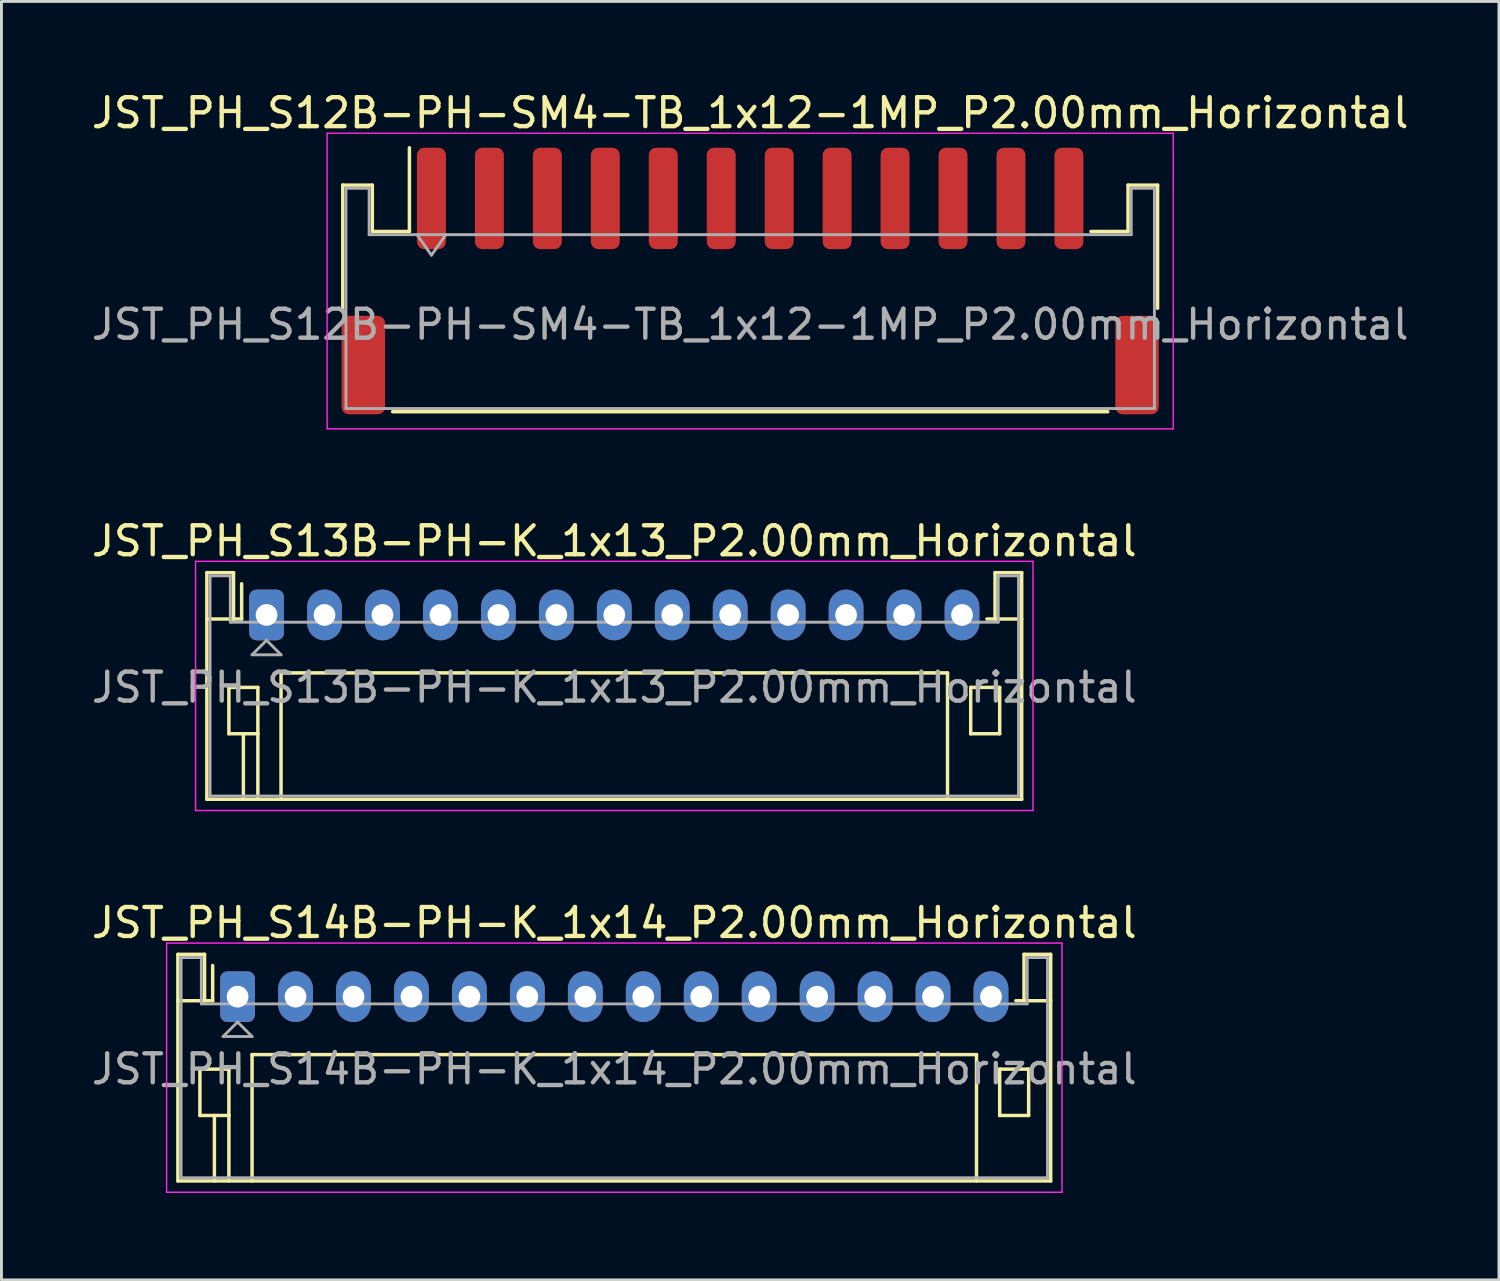
<source format=kicad_pcb>
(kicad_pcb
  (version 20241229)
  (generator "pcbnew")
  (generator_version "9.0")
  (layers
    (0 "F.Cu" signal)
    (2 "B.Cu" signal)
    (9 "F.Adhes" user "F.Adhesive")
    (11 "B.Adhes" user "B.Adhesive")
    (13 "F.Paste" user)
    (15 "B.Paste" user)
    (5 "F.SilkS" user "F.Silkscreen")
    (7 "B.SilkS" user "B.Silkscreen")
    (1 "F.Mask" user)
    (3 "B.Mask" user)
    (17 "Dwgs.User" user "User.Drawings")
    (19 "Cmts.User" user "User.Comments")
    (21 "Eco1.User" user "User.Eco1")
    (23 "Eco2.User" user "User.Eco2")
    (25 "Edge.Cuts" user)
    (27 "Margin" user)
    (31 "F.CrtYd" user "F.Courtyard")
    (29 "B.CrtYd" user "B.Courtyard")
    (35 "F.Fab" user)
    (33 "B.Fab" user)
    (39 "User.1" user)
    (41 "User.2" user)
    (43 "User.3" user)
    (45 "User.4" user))
  (footprint "JST_PH_S14B-PH-K_1x14_P2.00mm_Horizontal"
    (layer "F.Cu")
    (at 5.149 31.345)
    (property "Reference" "JST_PH_S14B-PH-K_1x14_P2.00mm_Horizontal" (at 13 -2.55 0) (layer "F.SilkS") (effects (font (size 1 1) (thickness 0.15))))
    (attr through_hole)
    (fp_line (start -2.06 -1.46) (end -2.06 6.36) (stroke (width 0.12) (type solid)) (layer "F.SilkS"))
    (fp_line (start -2.06 0.14) (end -1.14 0.14) (stroke (width 0.12) (type solid)) (layer "F.SilkS"))
    (fp_line (start -2.06 6.36) (end 28.06 6.36) (stroke (width 0.12) (type solid)) (layer "F.SilkS"))
    (fp_line (start -1.3 2.5) (end -1.3 4.1) (stroke (width 0.12) (type solid)) (layer "F.SilkS"))
    (fp_line (start -1.3 4.1) (end -0.3 4.1) (stroke (width 0.12) (type solid)) (layer "F.SilkS"))
    (fp_line (start -1.14 -1.46) (end -2.06 -1.46) (stroke (width 0.12) (type solid)) (layer "F.SilkS"))
    (fp_line (start -1.14 0.14) (end -1.14 -1.46) (stroke (width 0.12) (type solid)) (layer "F.SilkS"))
    (fp_line (start -0.86 0.14) (end -1.14 0.14) (stroke (width 0.12) (type solid)) (layer "F.SilkS"))
    (fp_line (start -0.86 0.14) (end -0.86 -1.075) (stroke (width 0.12) (type solid)) (layer "F.SilkS"))
    (fp_line (start -0.8 4.1) (end -0.8 6.36) (stroke (width 0.12) (type solid)) (layer "F.SilkS"))
    (fp_line (start -0.3 2.5) (end -1.3 2.5) (stroke (width 0.12) (type solid)) (layer "F.SilkS"))
    (fp_line (start -0.3 4.1) (end -0.3 2.5) (stroke (width 0.12) (type solid)) (layer "F.SilkS"))
    (fp_line (start -0.3 4.1) (end -0.3 6.36) (stroke (width 0.12) (type solid)) (layer "F.SilkS"))
    (fp_line (start 0.5 2) (end 25.5 2) (stroke (width 0.12) (type solid)) (layer "F.SilkS"))
    (fp_line (start 0.5 6.36) (end 0.5 2) (stroke (width 0.12) (type solid)) (layer "F.SilkS"))
    (fp_line (start 25.5 2) (end 25.5 6.36) (stroke (width 0.12) (type solid)) (layer "F.SilkS"))
    (fp_line (start 26.3 2.5) (end 27.3 2.5) (stroke (width 0.12) (type solid)) (layer "F.SilkS"))
    (fp_line (start 26.3 4.1) (end 26.3 2.5) (stroke (width 0.12) (type solid)) (layer "F.SilkS"))
    (fp_line (start 27.14 -1.46) (end 27.14 0.14) (stroke (width 0.12) (type solid)) (layer "F.SilkS"))
    (fp_line (start 27.14 0.14) (end 26.86 0.14) (stroke (width 0.12) (type solid)) (layer "F.SilkS"))
    (fp_line (start 27.3 2.5) (end 27.3 4.1) (stroke (width 0.12) (type solid)) (layer "F.SilkS"))
    (fp_line (start 27.3 4.1) (end 26.3 4.1) (stroke (width 0.12) (type solid)) (layer "F.SilkS"))
    (fp_line (start 28.06 -1.46) (end 27.14 -1.46) (stroke (width 0.12) (type solid)) (layer "F.SilkS"))
    (fp_line (start 28.06 0.14) (end 27.14 0.14) (stroke (width 0.12) (type solid)) (layer "F.SilkS"))
    (fp_line (start 28.06 6.36) (end 28.06 -1.46) (stroke (width 0.12) (type solid)) (layer "F.SilkS"))
    (fp_line (start -2.45 -1.85) (end -2.45 6.75) (stroke (width 0.05) (type solid)) (layer "F.CrtYd"))
    (fp_line (start -2.45 6.75) (end 28.45 6.75) (stroke (width 0.05) (type solid)) (layer "F.CrtYd"))
    (fp_line (start 28.45 -1.85) (end -2.45 -1.85) (stroke (width 0.05) (type solid)) (layer "F.CrtYd"))
    (fp_line (start 28.45 6.75) (end 28.45 -1.85) (stroke (width 0.05) (type solid)) (layer "F.CrtYd"))
    (fp_line (start -1.95 -1.35) (end -1.95 6.25) (stroke (width 0.1) (type solid)) (layer "F.Fab"))
    (fp_line (start -1.95 6.25) (end 27.95 6.25) (stroke (width 0.1) (type solid)) (layer "F.Fab"))
    (fp_line (start -1.25 -1.35) (end -1.95 -1.35) (stroke (width 0.1) (type solid)) (layer "F.Fab"))
    (fp_line (start -1.25 0.25) (end -1.25 -1.35) (stroke (width 0.1) (type solid)) (layer "F.Fab"))
    (fp_line (start -0.5 1.375) (end 0.5 1.375) (stroke (width 0.1) (type solid)) (layer "F.Fab"))
    (fp_line (start 0 0.875) (end -0.5 1.375) (stroke (width 0.1) (type solid)) (layer "F.Fab"))
    (fp_line (start 0.5 1.375) (end 0 0.875) (stroke (width 0.1) (type solid)) (layer "F.Fab"))
    (fp_line (start 27.25 -1.35) (end 27.25 0.25) (stroke (width 0.1) (type solid)) (layer "F.Fab"))
    (fp_line (start 27.25 0.25) (end -1.25 0.25) (stroke (width 0.1) (type solid)) (layer "F.Fab"))
    (fp_line (start 27.95 -1.35) (end 27.25 -1.35) (stroke (width 0.1) (type solid)) (layer "F.Fab"))
    (fp_line (start 27.95 6.25) (end 27.95 -1.35) (stroke (width 0.1) (type solid)) (layer "F.Fab"))
    (fp_text user "${REFERENCE}" (at 13 2.5 0) (layer "F.Fab") (effects (font (size 1 1) (thickness 0.15))))
    (pad "1" thru_hole roundrect (at 0 0) (size 1.2 1.75) (drill 0.75) (layers "*.Cu" "*.Mask") (roundrect_rratio 0.208))
    (pad "2" thru_hole oval (at 2 0) (size 1.2 1.75) (drill 0.75) (layers "*.Cu" "*.Mask"))
    (pad "3" thru_hole oval (at 4 0) (size 1.2 1.75) (drill 0.75) (layers "*.Cu" "*.Mask"))
    (pad "4" thru_hole oval (at 6 0) (size 1.2 1.75) (drill 0.75) (layers "*.Cu" "*.Mask"))
    (pad "5" thru_hole oval (at 8 0) (size 1.2 1.75) (drill 0.75) (layers "*.Cu" "*.Mask"))
    (pad "6" thru_hole oval (at 10 0) (size 1.2 1.75) (drill 0.75) (layers "*.Cu" "*.Mask"))
    (pad "7" thru_hole oval (at 12 0) (size 1.2 1.75) (drill 0.75) (layers "*.Cu" "*.Mask"))
    (pad "8" thru_hole oval (at 14 0) (size 1.2 1.75) (drill 0.75) (layers "*.Cu" "*.Mask"))
    (pad "9" thru_hole oval (at 16 0) (size 1.2 1.75) (drill 0.75) (layers "*.Cu" "*.Mask"))
    (pad "10" thru_hole oval (at 18 0) (size 1.2 1.75) (drill 0.75) (layers "*.Cu" "*.Mask"))
    (pad "11" thru_hole oval (at 20 0) (size 1.2 1.75) (drill 0.75) (layers "*.Cu" "*.Mask"))
    (pad "12" thru_hole oval (at 22 0) (size 1.2 1.75) (drill 0.75) (layers "*.Cu" "*.Mask"))
    (pad "13" thru_hole oval (at 24 0) (size 1.2 1.75) (drill 0.75) (layers "*.Cu" "*.Mask"))
    (pad "14" thru_hole oval (at 26 0) (size 1.2 1.75) (drill 0.75) (layers "*.Cu" "*.Mask")))
  (footprint "JST_PH_S13B-PH-K_1x13_P2.00mm_Horizontal"
    (layer "F.Cu")
    (at 6.149 18.172)
    (property "Reference" "JST_PH_S13B-PH-K_1x13_P2.00mm_Horizontal" (at 12 -2.55 0) (layer "F.SilkS") (effects (font (size 1 1) (thickness 0.15))))
    (attr through_hole)
    (fp_line (start -2.06 -1.46) (end -2.06 6.36) (stroke (width 0.12) (type solid)) (layer "F.SilkS"))
    (fp_line (start -2.06 0.14) (end -1.14 0.14) (stroke (width 0.12) (type solid)) (layer "F.SilkS"))
    (fp_line (start -2.06 6.36) (end 26.06 6.36) (stroke (width 0.12) (type solid)) (layer "F.SilkS"))
    (fp_line (start -1.3 2.5) (end -1.3 4.1) (stroke (width 0.12) (type solid)) (layer "F.SilkS"))
    (fp_line (start -1.3 4.1) (end -0.3 4.1) (stroke (width 0.12) (type solid)) (layer "F.SilkS"))
    (fp_line (start -1.14 -1.46) (end -2.06 -1.46) (stroke (width 0.12) (type solid)) (layer "F.SilkS"))
    (fp_line (start -1.14 0.14) (end -1.14 -1.46) (stroke (width 0.12) (type solid)) (layer "F.SilkS"))
    (fp_line (start -0.86 0.14) (end -1.14 0.14) (stroke (width 0.12) (type solid)) (layer "F.SilkS"))
    (fp_line (start -0.86 0.14) (end -0.86 -1.075) (stroke (width 0.12) (type solid)) (layer "F.SilkS"))
    (fp_line (start -0.8 4.1) (end -0.8 6.36) (stroke (width 0.12) (type solid)) (layer "F.SilkS"))
    (fp_line (start -0.3 2.5) (end -1.3 2.5) (stroke (width 0.12) (type solid)) (layer "F.SilkS"))
    (fp_line (start -0.3 4.1) (end -0.3 2.5) (stroke (width 0.12) (type solid)) (layer "F.SilkS"))
    (fp_line (start -0.3 4.1) (end -0.3 6.36) (stroke (width 0.12) (type solid)) (layer "F.SilkS"))
    (fp_line (start 0.5 2) (end 23.5 2) (stroke (width 0.12) (type solid)) (layer "F.SilkS"))
    (fp_line (start 0.5 6.36) (end 0.5 2) (stroke (width 0.12) (type solid)) (layer "F.SilkS"))
    (fp_line (start 23.5 2) (end 23.5 6.36) (stroke (width 0.12) (type solid)) (layer "F.SilkS"))
    (fp_line (start 24.3 2.5) (end 25.3 2.5) (stroke (width 0.12) (type solid)) (layer "F.SilkS"))
    (fp_line (start 24.3 4.1) (end 24.3 2.5) (stroke (width 0.12) (type solid)) (layer "F.SilkS"))
    (fp_line (start 25.14 -1.46) (end 25.14 0.14) (stroke (width 0.12) (type solid)) (layer "F.SilkS"))
    (fp_line (start 25.14 0.14) (end 24.86 0.14) (stroke (width 0.12) (type solid)) (layer "F.SilkS"))
    (fp_line (start 25.3 2.5) (end 25.3 4.1) (stroke (width 0.12) (type solid)) (layer "F.SilkS"))
    (fp_line (start 25.3 4.1) (end 24.3 4.1) (stroke (width 0.12) (type solid)) (layer "F.SilkS"))
    (fp_line (start 26.06 -1.46) (end 25.14 -1.46) (stroke (width 0.12) (type solid)) (layer "F.SilkS"))
    (fp_line (start 26.06 0.14) (end 25.14 0.14) (stroke (width 0.12) (type solid)) (layer "F.SilkS"))
    (fp_line (start 26.06 6.36) (end 26.06 -1.46) (stroke (width 0.12) (type solid)) (layer "F.SilkS"))
    (fp_line (start -2.45 -1.85) (end -2.45 6.75) (stroke (width 0.05) (type solid)) (layer "F.CrtYd"))
    (fp_line (start -2.45 6.75) (end 26.45 6.75) (stroke (width 0.05) (type solid)) (layer "F.CrtYd"))
    (fp_line (start 26.45 -1.85) (end -2.45 -1.85) (stroke (width 0.05) (type solid)) (layer "F.CrtYd"))
    (fp_line (start 26.45 6.75) (end 26.45 -1.85) (stroke (width 0.05) (type solid)) (layer "F.CrtYd"))
    (fp_line (start -1.95 -1.35) (end -1.95 6.25) (stroke (width 0.1) (type solid)) (layer "F.Fab"))
    (fp_line (start -1.95 6.25) (end 25.95 6.25) (stroke (width 0.1) (type solid)) (layer "F.Fab"))
    (fp_line (start -1.25 -1.35) (end -1.95 -1.35) (stroke (width 0.1) (type solid)) (layer "F.Fab"))
    (fp_line (start -1.25 0.25) (end -1.25 -1.35) (stroke (width 0.1) (type solid)) (layer "F.Fab"))
    (fp_line (start -0.5 1.375) (end 0.5 1.375) (stroke (width 0.1) (type solid)) (layer "F.Fab"))
    (fp_line (start 0 0.875) (end -0.5 1.375) (stroke (width 0.1) (type solid)) (layer "F.Fab"))
    (fp_line (start 0.5 1.375) (end 0 0.875) (stroke (width 0.1) (type solid)) (layer "F.Fab"))
    (fp_line (start 25.25 -1.35) (end 25.25 0.25) (stroke (width 0.1) (type solid)) (layer "F.Fab"))
    (fp_line (start 25.25 0.25) (end -1.25 0.25) (stroke (width 0.1) (type solid)) (layer "F.Fab"))
    (fp_line (start 25.95 -1.35) (end 25.25 -1.35) (stroke (width 0.1) (type solid)) (layer "F.Fab"))
    (fp_line (start 25.95 6.25) (end 25.95 -1.35) (stroke (width 0.1) (type solid)) (layer "F.Fab"))
    (fp_text user "${REFERENCE}" (at 12 2.5 0) (layer "F.Fab") (effects (font (size 1 1) (thickness 0.15))))
    (pad "1" thru_hole roundrect (at 0 0) (size 1.2 1.75) (drill 0.75) (layers "*.Cu" "*.Mask") (roundrect_rratio 0.208))
    (pad "2" thru_hole oval (at 2 0) (size 1.2 1.75) (drill 0.75) (layers "*.Cu" "*.Mask"))
    (pad "3" thru_hole oval (at 4 0) (size 1.2 1.75) (drill 0.75) (layers "*.Cu" "*.Mask"))
    (pad "4" thru_hole oval (at 6 0) (size 1.2 1.75) (drill 0.75) (layers "*.Cu" "*.Mask"))
    (pad "5" thru_hole oval (at 8 0) (size 1.2 1.75) (drill 0.75) (layers "*.Cu" "*.Mask"))
    (pad "6" thru_hole oval (at 10 0) (size 1.2 1.75) (drill 0.75) (layers "*.Cu" "*.Mask"))
    (pad "7" thru_hole oval (at 12 0) (size 1.2 1.75) (drill 0.75) (layers "*.Cu" "*.Mask"))
    (pad "8" thru_hole oval (at 14 0) (size 1.2 1.75) (drill 0.75) (layers "*.Cu" "*.Mask"))
    (pad "9" thru_hole oval (at 16 0) (size 1.2 1.75) (drill 0.75) (layers "*.Cu" "*.Mask"))
    (pad "10" thru_hole oval (at 18 0) (size 1.2 1.75) (drill 0.75) (layers "*.Cu" "*.Mask"))
    (pad "11" thru_hole oval (at 20 0) (size 1.2 1.75) (drill 0.75) (layers "*.Cu" "*.Mask"))
    (pad "12" thru_hole oval (at 22 0) (size 1.2 1.75) (drill 0.75) (layers "*.Cu" "*.Mask"))
    (pad "13" thru_hole oval (at 24 0) (size 1.2 1.75) (drill 0.75) (layers "*.Cu" "*.Mask")))
  (footprint "JST_PH_S12B-PH-SM4-TB_1x12-1MP_P2.00mm_Horizontal"
    (layer "F.Cu")
    (at 22.839 6.648)
    (property "Reference" "JST_PH_S12B-PH-SM4-TB_1x12-1MP_P2.00mm_Horizontal" (at 0 -5.8 0) (layer "F.SilkS") (effects (font (size 1 1) (thickness 0.15))))
    (attr smd)
    (fp_line (start -14.06 -3.31) (end -13.04 -3.31) (stroke (width 0.12) (type solid)) (layer "F.SilkS"))
    (fp_line (start -14.06 0.94) (end -14.06 -3.31) (stroke (width 0.12) (type solid)) (layer "F.SilkS"))
    (fp_line (start -13.04 -3.31) (end -13.04 -1.71) (stroke (width 0.12) (type solid)) (layer "F.SilkS"))
    (fp_line (start -13.04 -1.71) (end -11.76 -1.71) (stroke (width 0.12) (type solid)) (layer "F.SilkS"))
    (fp_line (start -12.34 4.51) (end 12.34 4.51) (stroke (width 0.12) (type solid)) (layer "F.SilkS"))
    (fp_line (start -11.76 -1.71) (end -11.76 -4.6) (stroke (width 0.12) (type solid)) (layer "F.SilkS"))
    (fp_line (start 13.04 -3.31) (end 13.04 -1.71) (stroke (width 0.12) (type solid)) (layer "F.SilkS"))
    (fp_line (start 13.04 -1.71) (end 11.76 -1.71) (stroke (width 0.12) (type solid)) (layer "F.SilkS"))
    (fp_line (start 14.06 -3.31) (end 13.04 -3.31) (stroke (width 0.12) (type solid)) (layer "F.SilkS"))
    (fp_line (start 14.06 0.94) (end 14.06 -3.31) (stroke (width 0.12) (type solid)) (layer "F.SilkS"))
    (fp_line (start -14.6 -5.1) (end -14.6 5.1) (stroke (width 0.05) (type solid)) (layer "F.CrtYd"))
    (fp_line (start -14.6 5.1) (end 14.6 5.1) (stroke (width 0.05) (type solid)) (layer "F.CrtYd"))
    (fp_line (start 14.6 -5.1) (end -14.6 -5.1) (stroke (width 0.05) (type solid)) (layer "F.CrtYd"))
    (fp_line (start 14.6 5.1) (end 14.6 -5.1) (stroke (width 0.05) (type solid)) (layer "F.CrtYd"))
    (fp_line (start -13.95 -3.2) (end -13.95 4.4) (stroke (width 0.1) (type solid)) (layer "F.Fab"))
    (fp_line (start -13.95 -3.2) (end -13.15 -3.2) (stroke (width 0.1) (type solid)) (layer "F.Fab"))
    (fp_line (start -13.95 4.4) (end 13.95 4.4) (stroke (width 0.1) (type solid)) (layer "F.Fab"))
    (fp_line (start -13.15 -3.2) (end -13.15 -1.6) (stroke (width 0.1) (type solid)) (layer "F.Fab"))
    (fp_line (start -13.15 -1.6) (end 13.15 -1.6) (stroke (width 0.1) (type solid)) (layer "F.Fab"))
    (fp_line (start -11.5 -1.6) (end -11 -0.893) (stroke (width 0.1) (type solid)) (layer "F.Fab"))
    (fp_line (start -11 -0.893) (end -10.5 -1.6) (stroke (width 0.1) (type solid)) (layer "F.Fab"))
    (fp_line (start 13.15 -3.2) (end 13.95 -3.2) (stroke (width 0.1) (type solid)) (layer "F.Fab"))
    (fp_line (start 13.15 -1.6) (end 13.15 -3.2) (stroke (width 0.1) (type solid)) (layer "F.Fab"))
    (fp_line (start 13.95 -3.2) (end 13.95 4.4) (stroke (width 0.1) (type solid)) (layer "F.Fab"))
    (fp_text user "${REFERENCE}" (at 0 1.5 0) (layer "F.Fab") (effects (font (size 1 1) (thickness 0.15))))
    (pad "1" smd roundrect (at -11 -2.85) (size 1 3.5) (layers "F.Cu" "F.Mask" "F.Paste") (roundrect_rratio 0.25))
    (pad "2" smd roundrect (at -9 -2.85) (size 1 3.5) (layers "F.Cu" "F.Mask" "F.Paste") (roundrect_rratio 0.25))
    (pad "3" smd roundrect (at -7 -2.85) (size 1 3.5) (layers "F.Cu" "F.Mask" "F.Paste") (roundrect_rratio 0.25))
    (pad "4" smd roundrect (at -5 -2.85) (size 1 3.5) (layers "F.Cu" "F.Mask" "F.Paste") (roundrect_rratio 0.25))
    (pad "5" smd roundrect (at -3 -2.85) (size 1 3.5) (layers "F.Cu" "F.Mask" "F.Paste") (roundrect_rratio 0.25))
    (pad "6" smd roundrect (at -1 -2.85) (size 1 3.5) (layers "F.Cu" "F.Mask" "F.Paste") (roundrect_rratio 0.25))
    (pad "7" smd roundrect (at 1 -2.85) (size 1 3.5) (layers "F.Cu" "F.Mask" "F.Paste") (roundrect_rratio 0.25))
    (pad "8" smd roundrect (at 3 -2.85) (size 1 3.5) (layers "F.Cu" "F.Mask" "F.Paste") (roundrect_rratio 0.25))
    (pad "9" smd roundrect (at 5 -2.85) (size 1 3.5) (layers "F.Cu" "F.Mask" "F.Paste") (roundrect_rratio 0.25))
    (pad "10" smd roundrect (at 7 -2.85) (size 1 3.5) (layers "F.Cu" "F.Mask" "F.Paste") (roundrect_rratio 0.25))
    (pad "11" smd roundrect (at 9 -2.85) (size 1 3.5) (layers "F.Cu" "F.Mask" "F.Paste") (roundrect_rratio 0.25))
    (pad "12" smd roundrect (at 11 -2.85) (size 1 3.5) (layers "F.Cu" "F.Mask" "F.Paste") (roundrect_rratio 0.25))
    (pad "MP" smd roundrect (at -13.35 2.9) (size 1.5 3.4) (layers "F.Cu" "F.Mask" "F.Paste") (roundrect_rratio 0.167))
    (pad "MP" smd roundrect (at 13.35 2.9) (size 1.5 3.4) (layers "F.Cu" "F.Mask" "F.Paste") (roundrect_rratio 0.167)))
  (gr_rect
    (start -3 -3)
    (end 48.679 41.12)
    (stroke (width 0.1) (type default))
    (fill no)
    (layer "Edge.Cuts")))
</source>
